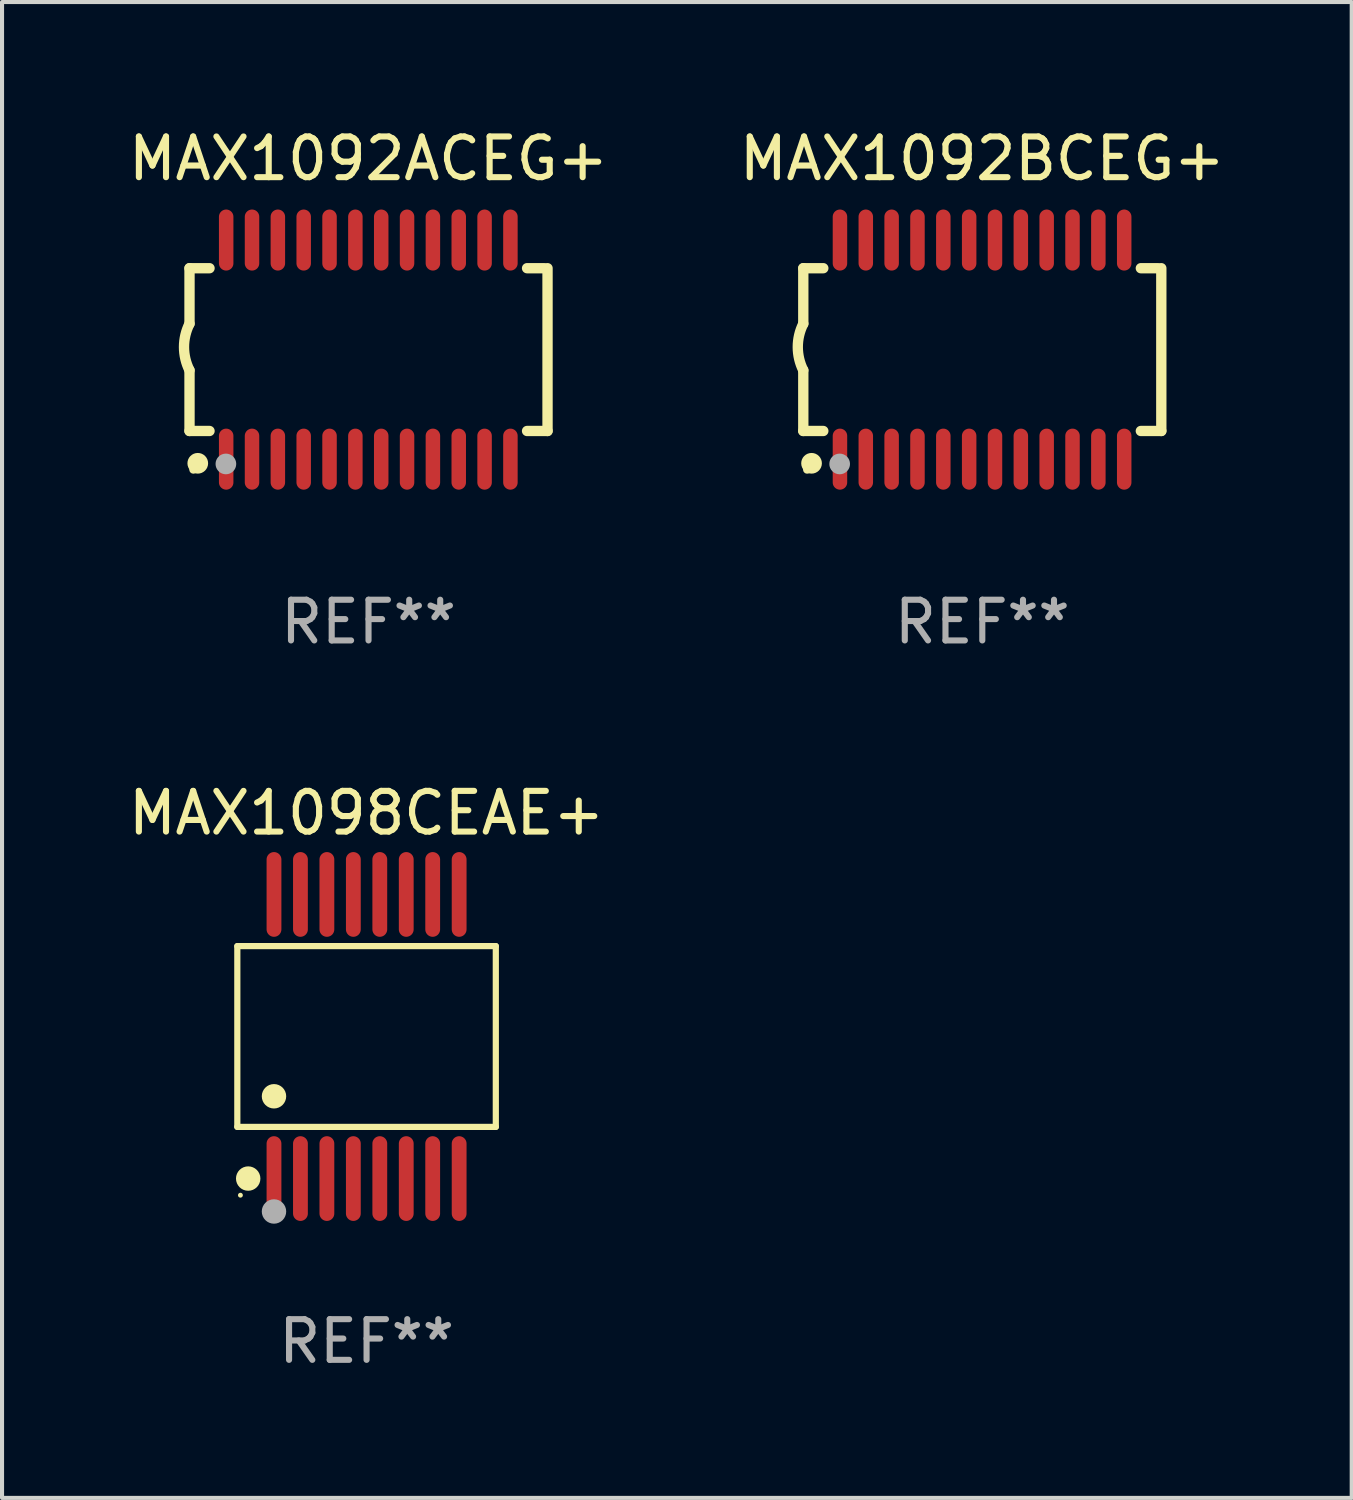
<source format=kicad_pcb>
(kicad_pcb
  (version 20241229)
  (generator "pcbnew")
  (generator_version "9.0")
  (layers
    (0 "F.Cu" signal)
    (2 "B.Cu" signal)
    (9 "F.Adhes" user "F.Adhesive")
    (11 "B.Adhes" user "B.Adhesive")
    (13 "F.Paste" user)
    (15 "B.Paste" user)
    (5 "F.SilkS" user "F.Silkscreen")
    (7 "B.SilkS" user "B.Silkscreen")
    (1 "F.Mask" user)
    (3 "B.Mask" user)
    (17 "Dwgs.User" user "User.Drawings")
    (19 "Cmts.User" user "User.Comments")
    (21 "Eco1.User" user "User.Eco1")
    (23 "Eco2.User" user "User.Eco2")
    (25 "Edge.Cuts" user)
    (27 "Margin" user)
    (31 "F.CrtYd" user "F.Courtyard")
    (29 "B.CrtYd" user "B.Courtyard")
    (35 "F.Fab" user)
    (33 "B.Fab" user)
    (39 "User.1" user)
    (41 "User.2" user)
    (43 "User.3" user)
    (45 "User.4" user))
  (footprint "MAX1098CEAE+"
    (layer "F.Cu")
    (at 5.958 22.421)
    (property "Reference" "MAX1098CEAE+" (at 0 -5.491 0) (layer "F.SilkS") (effects (font (size 1 1) (thickness 0.15))))
    (attr through_hole)
    (fp_line (start -3.176 -2.221) (end 3.176 -2.221) (stroke (width 0.152) (type solid)) (layer "F.SilkS"))
    (fp_line (start -3.176 2.221) (end -3.176 -2.221) (stroke (width 0.152) (type solid)) (layer "F.SilkS"))
    (fp_line (start 3.176 -2.221) (end 3.176 2.221) (stroke (width 0.152) (type solid)) (layer "F.SilkS"))
    (fp_line (start 3.176 2.221) (end -3.176 2.221) (stroke (width 0.152) (type solid)) (layer "F.SilkS"))
    (fp_circle (center -3.1 3.9) (end -3.07 3.9) (stroke (width 0.06) (type solid)) (fill no) (layer "F.SilkS"))
    (fp_circle (center -2.909 3.491) (end -2.759 3.491) (stroke (width 0.3) (type solid)) (fill no) (layer "F.SilkS"))
    (fp_circle (center -2.275 1.469) (end -2.125 1.469) (stroke (width 0.3) (type solid)) (fill no) (layer "F.SilkS"))
    (fp_circle (center -2.275 4.3) (end -2.125 4.3) (stroke (width 0.3) (type solid)) (fill no) (layer "F.Fab"))
    (fp_text user "REF**" (at 0 7.491 0) (layer "F.Fab") (effects (font (size 1 1) (thickness 0.15))))
    (pad "1" smd oval (at -2.275 3.491) (size 0.364 2.082) (layers "F.Cu" "F.Mask" "F.Paste"))
    (pad "2" smd oval (at -1.625 3.491) (size 0.364 2.082) (layers "F.Cu" "F.Mask" "F.Paste"))
    (pad "3" smd oval (at -0.975 3.491) (size 0.364 2.082) (layers "F.Cu" "F.Mask" "F.Paste"))
    (pad "4" smd oval (at -0.325 3.491) (size 0.364 2.082) (layers "F.Cu" "F.Mask" "F.Paste"))
    (pad "5" smd oval (at 0.325 3.491) (size 0.364 2.082) (layers "F.Cu" "F.Mask" "F.Paste"))
    (pad "6" smd oval (at 0.975 3.491) (size 0.364 2.082) (layers "F.Cu" "F.Mask" "F.Paste"))
    (pad "7" smd oval (at 1.625 3.491) (size 0.364 2.082) (layers "F.Cu" "F.Mask" "F.Paste"))
    (pad "8" smd oval (at 2.275 3.491) (size 0.364 2.082) (layers "F.Cu" "F.Mask" "F.Paste"))
    (pad "9" smd oval (at 2.275 -3.491) (size 0.364 2.082) (layers "F.Cu" "F.Mask" "F.Paste"))
    (pad "10" smd oval (at 1.625 -3.491) (size 0.364 2.082) (layers "F.Cu" "F.Mask" "F.Paste"))
    (pad "11" smd oval (at 0.975 -3.491) (size 0.364 2.082) (layers "F.Cu" "F.Mask" "F.Paste"))
    (pad "12" smd oval (at 0.325 -3.491) (size 0.364 2.082) (layers "F.Cu" "F.Mask" "F.Paste"))
    (pad "13" smd oval (at -0.325 -3.491) (size 0.364 2.082) (layers "F.Cu" "F.Mask" "F.Paste"))
    (pad "14" smd oval (at -0.975 -3.491) (size 0.364 2.082) (layers "F.Cu" "F.Mask" "F.Paste"))
    (pad "15" smd oval (at -1.625 -3.491) (size 0.364 2.082) (layers "F.Cu" "F.Mask" "F.Paste"))
    (pad "16" smd oval (at -2.275 -3.491) (size 0.364 2.082) (layers "F.Cu" "F.Mask" "F.Paste")))
  (footprint "MAX1092BCEG+"
    (layer "F.Cu")
    (at 21.089 5.541)
    (property "Reference" "MAX1092BCEG+" (at 0 -4.692 0) (layer "F.SilkS") (effects (font (size 1 1) (thickness 0.15))))
    (attr through_hole)
    (fp_line (start -4.399 -2) (end -4.399 -0.635) (stroke (width 0.254) (type solid)) (layer "F.SilkS"))
    (fp_line (start -4.399 -2) (end -3.907 -2) (stroke (width 0.254) (type solid)) (layer "F.SilkS"))
    (fp_line (start -4.399 2) (end -4.399 0.508) (stroke (width 0.254) (type solid)) (layer "F.SilkS"))
    (fp_line (start -4.399 2) (end -3.907 2) (stroke (width 0.254) (type solid)) (layer "F.SilkS"))
    (fp_line (start 3.896 -2) (end 4.313 -2) (stroke (width 0.254) (type solid)) (layer "F.SilkS"))
    (fp_line (start 3.896 2) (end 4.399 2) (stroke (width 0.254) (type solid)) (layer "F.SilkS"))
    (fp_line (start 4.399 2) (end 4.399 -2) (stroke (width 0.254) (type solid)) (layer "F.SilkS"))
    (fp_arc (start -4.399301 0.508001) (mid -4.534214 -0.0635) (end -4.399301 -0.635001) (stroke (width 0.254001) (type solid)) (layer "F.SilkS"))
    (fp_circle (center -4.305 2.95) (end -4.255 2.95) (stroke (width 0.1) (type solid)) (fill no) (layer "F.SilkS"))
    (fp_circle (center -4.196 2.794) (end -4.069 2.794) (stroke (width 0.254) (type solid)) (fill no) (layer "F.SilkS"))
    (fp_circle (center -3.505 2.81) (end -3.378 2.81) (stroke (width 0.254) (type solid)) (fill no) (layer "F.Fab"))
    (fp_text user "REF**" (at 0 6.692 0) (layer "F.Fab") (effects (font (size 1 1) (thickness 0.15))))
    (pad "1" smd oval (at -3.498 2.692 90) (size 1.5 0.356) (layers "F.Cu" "F.Mask" "F.Paste"))
    (pad "2" smd oval (at -2.863 2.692 90) (size 1.5 0.356) (layers "F.Cu" "F.Mask" "F.Paste"))
    (pad "3" smd oval (at -2.228 2.692 90) (size 1.5 0.356) (layers "F.Cu" "F.Mask" "F.Paste"))
    (pad "4" smd oval (at -1.593 2.692 90) (size 1.5 0.356) (layers "F.Cu" "F.Mask" "F.Paste"))
    (pad "5" smd oval (at -0.958 2.692 90) (size 1.5 0.356) (layers "F.Cu" "F.Mask" "F.Paste"))
    (pad "6" smd oval (at -0.323 2.692 90) (size 1.5 0.356) (layers "F.Cu" "F.Mask" "F.Paste"))
    (pad "7" smd oval (at 0.312 2.692 90) (size 1.5 0.356) (layers "F.Cu" "F.Mask" "F.Paste"))
    (pad "8" smd oval (at 0.947 2.692 90) (size 1.5 0.356) (layers "F.Cu" "F.Mask" "F.Paste"))
    (pad "9" smd oval (at 1.582 2.692 90) (size 1.5 0.356) (layers "F.Cu" "F.Mask" "F.Paste"))
    (pad "10" smd oval (at 2.217 2.692 90) (size 1.5 0.356) (layers "F.Cu" "F.Mask" "F.Paste"))
    (pad "11" smd oval (at 2.852 2.692 90) (size 1.5 0.356) (layers "F.Cu" "F.Mask" "F.Paste"))
    (pad "12" smd oval (at 3.487 2.692 90) (size 1.5 0.356) (layers "F.Cu" "F.Mask" "F.Paste"))
    (pad "13" smd oval (at 3.487 -2.692 90) (size 1.5 0.356) (layers "F.Cu" "F.Mask" "F.Paste"))
    (pad "14" smd oval (at 2.852 -2.692 90) (size 1.5 0.356) (layers "F.Cu" "F.Mask" "F.Paste"))
    (pad "15" smd oval (at 2.217 -2.692 90) (size 1.5 0.356) (layers "F.Cu" "F.Mask" "F.Paste"))
    (pad "16" smd oval (at 1.582 -2.692 90) (size 1.5 0.356) (layers "F.Cu" "F.Mask" "F.Paste"))
    (pad "17" smd oval (at 0.947 -2.692 90) (size 1.5 0.356) (layers "F.Cu" "F.Mask" "F.Paste"))
    (pad "18" smd oval (at 0.312 -2.692 90) (size 1.5 0.356) (layers "F.Cu" "F.Mask" "F.Paste"))
    (pad "19" smd oval (at -0.323 -2.692 90) (size 1.5 0.356) (layers "F.Cu" "F.Mask" "F.Paste"))
    (pad "20" smd oval (at -0.958 -2.692 90) (size 1.5 0.356) (layers "F.Cu" "F.Mask" "F.Paste"))
    (pad "21" smd oval (at -1.593 -2.692 90) (size 1.5 0.356) (layers "F.Cu" "F.Mask" "F.Paste"))
    (pad "22" smd oval (at -2.228 -2.692 90) (size 1.5 0.356) (layers "F.Cu" "F.Mask" "F.Paste"))
    (pad "23" smd oval (at -2.863 -2.692 90) (size 1.5 0.356) (layers "F.Cu" "F.Mask" "F.Paste"))
    (pad "24" smd oval (at -3.498 -2.692 90) (size 1.5 0.356) (layers "F.Cu" "F.Mask" "F.Paste")))
  (footprint "MAX1092ACEG+"
    (layer "F.Cu")
    (at 6.006 5.541)
    (property "Reference" "MAX1092ACEG+" (at 0 -4.692 0) (layer "F.SilkS") (effects (font (size 1 1) (thickness 0.15))))
    (attr through_hole)
    (fp_line (start -4.399 -2) (end -4.399 -0.635) (stroke (width 0.254) (type solid)) (layer "F.SilkS"))
    (fp_line (start -4.399 -2) (end -3.907 -2) (stroke (width 0.254) (type solid)) (layer "F.SilkS"))
    (fp_line (start -4.399 2) (end -4.399 0.508) (stroke (width 0.254) (type solid)) (layer "F.SilkS"))
    (fp_line (start -4.399 2) (end -3.907 2) (stroke (width 0.254) (type solid)) (layer "F.SilkS"))
    (fp_line (start 3.896 -2) (end 4.313 -2) (stroke (width 0.254) (type solid)) (layer "F.SilkS"))
    (fp_line (start 3.896 2) (end 4.399 2) (stroke (width 0.254) (type solid)) (layer "F.SilkS"))
    (fp_line (start 4.399 2) (end 4.399 -2) (stroke (width 0.254) (type solid)) (layer "F.SilkS"))
    (fp_arc (start -4.399301 0.508001) (mid -4.534214 -0.0635) (end -4.399301 -0.635001) (stroke (width 0.254001) (type solid)) (layer "F.SilkS"))
    (fp_circle (center -4.305 2.95) (end -4.255 2.95) (stroke (width 0.1) (type solid)) (fill no) (layer "F.SilkS"))
    (fp_circle (center -4.196 2.794) (end -4.069 2.794) (stroke (width 0.254) (type solid)) (fill no) (layer "F.SilkS"))
    (fp_circle (center -3.505 2.81) (end -3.378 2.81) (stroke (width 0.254) (type solid)) (fill no) (layer "F.Fab"))
    (fp_text user "REF**" (at 0 6.692 0) (layer "F.Fab") (effects (font (size 1 1) (thickness 0.15))))
    (pad "1" smd oval (at -3.498 2.692 90) (size 1.5 0.356) (layers "F.Cu" "F.Mask" "F.Paste"))
    (pad "2" smd oval (at -2.863 2.692 90) (size 1.5 0.356) (layers "F.Cu" "F.Mask" "F.Paste"))
    (pad "3" smd oval (at -2.228 2.692 90) (size 1.5 0.356) (layers "F.Cu" "F.Mask" "F.Paste"))
    (pad "4" smd oval (at -1.593 2.692 90) (size 1.5 0.356) (layers "F.Cu" "F.Mask" "F.Paste"))
    (pad "5" smd oval (at -0.958 2.692 90) (size 1.5 0.356) (layers "F.Cu" "F.Mask" "F.Paste"))
    (pad "6" smd oval (at -0.323 2.692 90) (size 1.5 0.356) (layers "F.Cu" "F.Mask" "F.Paste"))
    (pad "7" smd oval (at 0.312 2.692 90) (size 1.5 0.356) (layers "F.Cu" "F.Mask" "F.Paste"))
    (pad "8" smd oval (at 0.947 2.692 90) (size 1.5 0.356) (layers "F.Cu" "F.Mask" "F.Paste"))
    (pad "9" smd oval (at 1.582 2.692 90) (size 1.5 0.356) (layers "F.Cu" "F.Mask" "F.Paste"))
    (pad "10" smd oval (at 2.217 2.692 90) (size 1.5 0.356) (layers "F.Cu" "F.Mask" "F.Paste"))
    (pad "11" smd oval (at 2.852 2.692 90) (size 1.5 0.356) (layers "F.Cu" "F.Mask" "F.Paste"))
    (pad "12" smd oval (at 3.487 2.692 90) (size 1.5 0.356) (layers "F.Cu" "F.Mask" "F.Paste"))
    (pad "13" smd oval (at 3.487 -2.692 90) (size 1.5 0.356) (layers "F.Cu" "F.Mask" "F.Paste"))
    (pad "14" smd oval (at 2.852 -2.692 90) (size 1.5 0.356) (layers "F.Cu" "F.Mask" "F.Paste"))
    (pad "15" smd oval (at 2.217 -2.692 90) (size 1.5 0.356) (layers "F.Cu" "F.Mask" "F.Paste"))
    (pad "16" smd oval (at 1.582 -2.692 90) (size 1.5 0.356) (layers "F.Cu" "F.Mask" "F.Paste"))
    (pad "17" smd oval (at 0.947 -2.692 90) (size 1.5 0.356) (layers "F.Cu" "F.Mask" "F.Paste"))
    (pad "18" smd oval (at 0.312 -2.692 90) (size 1.5 0.356) (layers "F.Cu" "F.Mask" "F.Paste"))
    (pad "19" smd oval (at -0.323 -2.692 90) (size 1.5 0.356) (layers "F.Cu" "F.Mask" "F.Paste"))
    (pad "20" smd oval (at -0.958 -2.692 90) (size 1.5 0.356) (layers "F.Cu" "F.Mask" "F.Paste"))
    (pad "21" smd oval (at -1.593 -2.692 90) (size 1.5 0.356) (layers "F.Cu" "F.Mask" "F.Paste"))
    (pad "22" smd oval (at -2.228 -2.692 90) (size 1.5 0.356) (layers "F.Cu" "F.Mask" "F.Paste"))
    (pad "23" smd oval (at -2.863 -2.692 90) (size 1.5 0.356) (layers "F.Cu" "F.Mask" "F.Paste"))
    (pad "24" smd oval (at -3.498 -2.692 90) (size 1.5 0.356) (layers "F.Cu" "F.Mask" "F.Paste")))
  (gr_rect
    (start -3 -3)
    (end 30.167 33.76)
    (stroke (width 0.1) (type default))
    (fill no)
    (layer "Edge.Cuts")))
</source>
